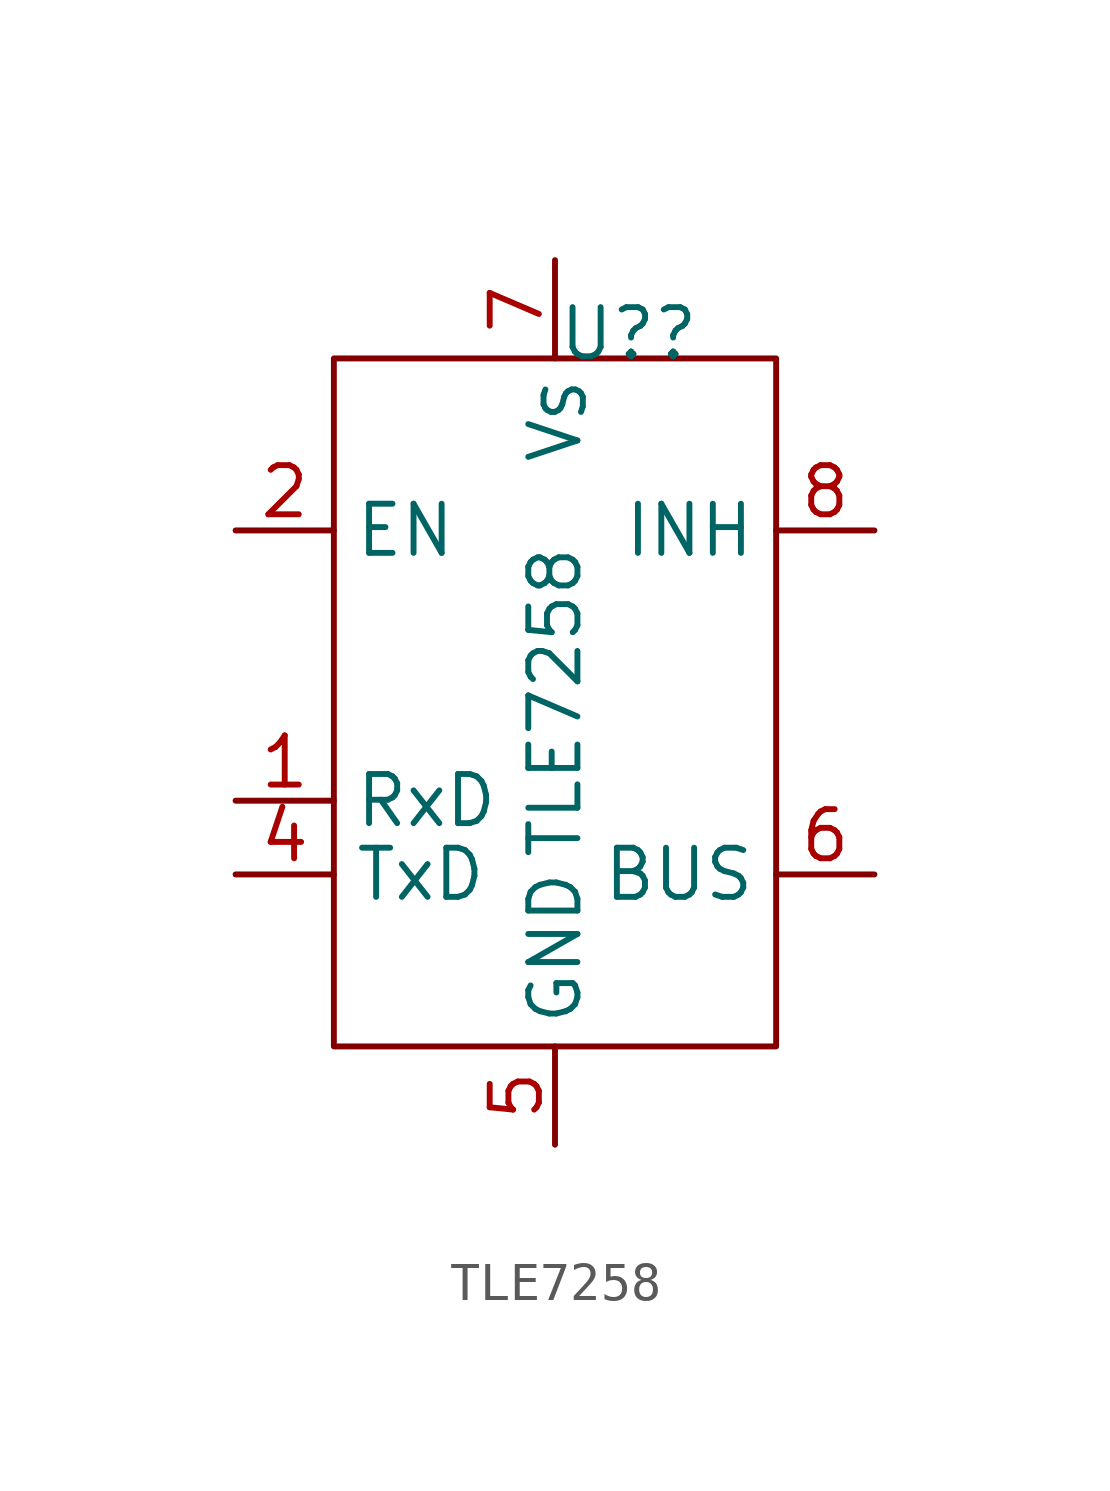
<source format=kicad_sym>
(kicad_symbol_lib
  (version 20220914)
  (generator kicad_symbol_editor)
  (symbol "TLE7258"
    (property "Reference" "U?"
      (at 1.905 9.525 0)
      (effects (font (size 1.27 1.27))))
    (property "Value" "TLE7258"
      (at 0 0 90)
      (effects (font (size 1.27 1.27))))
    (symbol "TLE7258_0_1"
      (rectangle (start -5.715 8.89) (end 5.715 -8.89) (stroke (width 0) (type default)) (fill (type none))))
    (symbol "TLE7258_1_1"
      (pin open_collector line (at -8.255 -2.54 0) (length 2.54) (name "RxD" (effects (font (size 1.27 1.27)))) (number "1" (effects (font (size 1.27 1.27)))))
      (pin input line (at -8.255 4.445 0) (length 2.54) (name "EN" (effects (font (size 1.27 1.27)))) (number "2" (effects (font (size 1.27 1.27)))))
      (pin no_connect line (at -5.715 1.905 0) (length 2.54) hide (name "N.C." (effects (font (size 1.27 1.27)))) (number "3" (effects (font (size 1.27 1.27)))))
      (pin input line (at -8.255 -4.445 0) (length 2.54) (name "TxD" (effects (font (size 1.27 1.27)))) (number "4" (effects (font (size 1.27 1.27)))))
      (pin power_in line (at 0 -11.43 90) (length 2.54) (name "GND" (effects (font (size 1.27 1.27)))) (number "5" (effects (font (size 1.27 1.27)))))
      (pin bidirectional line (at 8.255 -4.445 180) (length 2.54) (name "BUS" (effects (font (size 1.27 1.27)))) (number "6" (effects (font (size 1.27 1.27)))))
      (pin power_in line (at 0 11.43 270) (length 2.54) (name "V_{S}" (effects (font (size 1.27 1.27)))) (number "7" (effects (font (size 1.27 1.27)))))
      (pin output line (at 8.255 4.445 180) (length 2.54) (name "INH" (effects (font (size 1.27 1.27)))) (number "8" (effects (font (size 1.27 1.27))))))))
</source>
